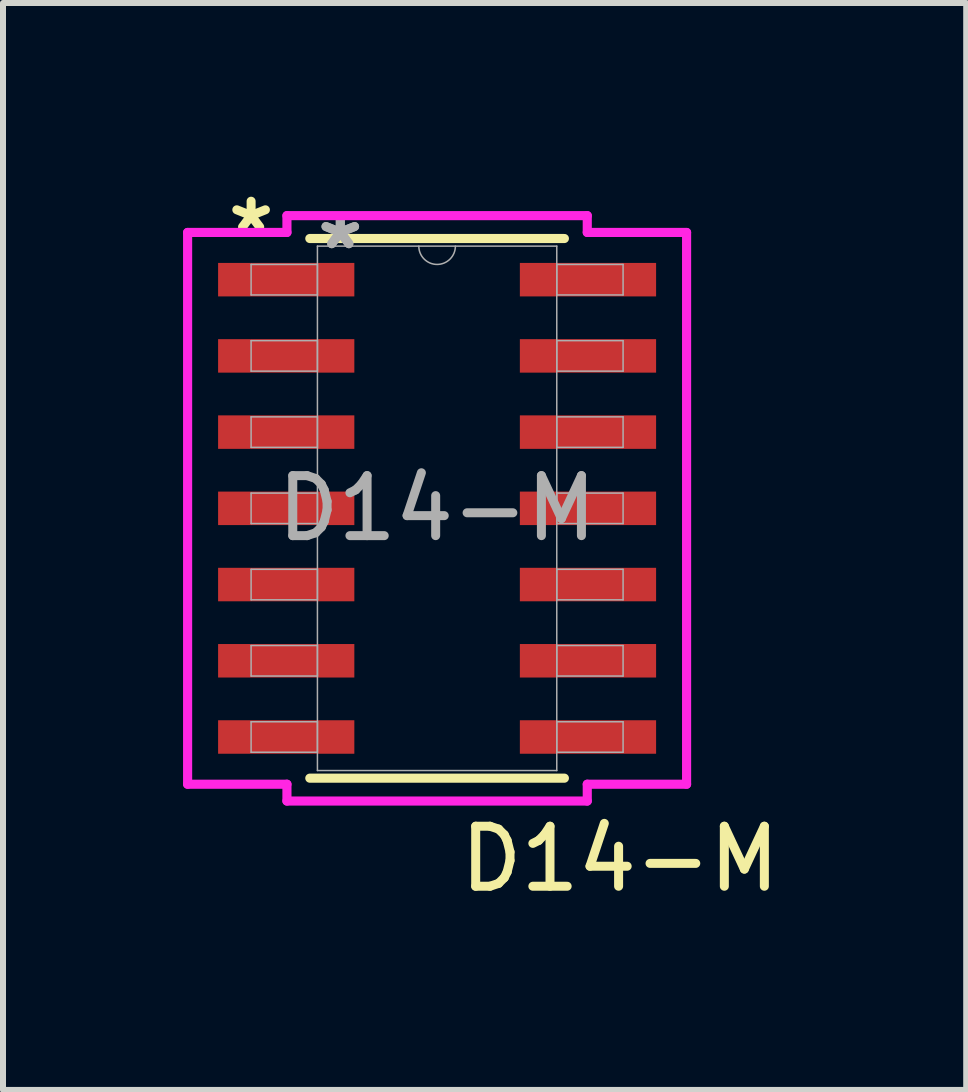
<source format=kicad_pcb>
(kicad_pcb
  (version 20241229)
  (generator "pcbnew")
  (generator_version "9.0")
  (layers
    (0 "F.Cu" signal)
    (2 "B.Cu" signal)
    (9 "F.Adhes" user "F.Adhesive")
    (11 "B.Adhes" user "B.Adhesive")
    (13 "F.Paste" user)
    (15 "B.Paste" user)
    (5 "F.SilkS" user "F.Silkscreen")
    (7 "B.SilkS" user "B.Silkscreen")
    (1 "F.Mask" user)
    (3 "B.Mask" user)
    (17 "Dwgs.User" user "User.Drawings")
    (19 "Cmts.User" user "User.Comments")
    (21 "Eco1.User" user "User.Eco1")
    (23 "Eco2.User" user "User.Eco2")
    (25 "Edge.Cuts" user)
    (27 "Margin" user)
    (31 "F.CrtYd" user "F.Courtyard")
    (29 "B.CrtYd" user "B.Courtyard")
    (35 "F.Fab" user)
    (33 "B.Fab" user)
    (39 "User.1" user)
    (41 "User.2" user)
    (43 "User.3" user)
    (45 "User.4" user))
  (footprint "D14-M"
    (layer "F.Cu")
    (at 4.233 5.42)
    (property "Reference" "D14-M" (at 3.048 5.842 0) (unlocked yes) (layer "F.SilkS") (effects (font (size 1 1) (thickness 0.15))))
    (attr smd allow_soldermask_bridges)
    (fp_line (start -2.121 4.496) (end 2.121 4.496) (stroke (width 0.152) (type solid)) (layer "F.SilkS"))
    (fp_line (start 2.121 -4.496) (end -2.121 -4.496) (stroke (width 0.152) (type solid)) (layer "F.SilkS"))
    (fp_line (start -4.157 -4.597) (end -2.502 -4.597) (stroke (width 0.152) (type solid)) (layer "F.CrtYd"))
    (fp_line (start -4.157 4.597) (end -4.157 -4.597) (stroke (width 0.152) (type solid)) (layer "F.CrtYd"))
    (fp_line (start -4.157 4.597) (end -2.502 4.597) (stroke (width 0.152) (type solid)) (layer "F.CrtYd"))
    (fp_line (start -2.502 -4.877) (end 2.502 -4.877) (stroke (width 0.152) (type solid)) (layer "F.CrtYd"))
    (fp_line (start -2.502 -4.597) (end -2.502 -4.877) (stroke (width 0.152) (type solid)) (layer "F.CrtYd"))
    (fp_line (start -2.502 4.877) (end -2.502 4.597) (stroke (width 0.152) (type solid)) (layer "F.CrtYd"))
    (fp_line (start 2.502 -4.877) (end 2.502 -4.597) (stroke (width 0.152) (type solid)) (layer "F.CrtYd"))
    (fp_line (start 2.502 4.597) (end 2.502 4.877) (stroke (width 0.152) (type solid)) (layer "F.CrtYd"))
    (fp_line (start 2.502 4.877) (end -2.502 4.877) (stroke (width 0.152) (type solid)) (layer "F.CrtYd"))
    (fp_line (start 4.157 -4.597) (end 2.502 -4.597) (stroke (width 0.152) (type solid)) (layer "F.CrtYd"))
    (fp_line (start 4.157 -4.597) (end 4.157 4.597) (stroke (width 0.152) (type solid)) (layer "F.CrtYd"))
    (fp_line (start 4.157 4.597) (end 2.502 4.597) (stroke (width 0.152) (type solid)) (layer "F.CrtYd"))
    (fp_line (start -3.099 -4.064) (end -3.099 -3.556) (stroke (width 0.025) (type solid)) (layer "F.Fab"))
    (fp_line (start -3.099 -3.556) (end -1.994 -3.556) (stroke (width 0.025) (type solid)) (layer "F.Fab"))
    (fp_line (start -3.099 -2.794) (end -3.099 -2.286) (stroke (width 0.025) (type solid)) (layer "F.Fab"))
    (fp_line (start -3.099 -2.286) (end -1.994 -2.286) (stroke (width 0.025) (type solid)) (layer "F.Fab"))
    (fp_line (start -3.099 -1.524) (end -3.099 -1.016) (stroke (width 0.025) (type solid)) (layer "F.Fab"))
    (fp_line (start -3.099 -1.016) (end -1.994 -1.016) (stroke (width 0.025) (type solid)) (layer "F.Fab"))
    (fp_line (start -3.099 -0.254) (end -3.099 0.254) (stroke (width 0.025) (type solid)) (layer "F.Fab"))
    (fp_line (start -3.099 0.254) (end -1.994 0.254) (stroke (width 0.025) (type solid)) (layer "F.Fab"))
    (fp_line (start -3.099 1.016) (end -3.099 1.524) (stroke (width 0.025) (type solid)) (layer "F.Fab"))
    (fp_line (start -3.099 1.524) (end -1.994 1.524) (stroke (width 0.025) (type solid)) (layer "F.Fab"))
    (fp_line (start -3.099 2.286) (end -3.099 2.794) (stroke (width 0.025) (type solid)) (layer "F.Fab"))
    (fp_line (start -3.099 2.794) (end -1.994 2.794) (stroke (width 0.025) (type solid)) (layer "F.Fab"))
    (fp_line (start -3.099 3.556) (end -3.099 4.064) (stroke (width 0.025) (type solid)) (layer "F.Fab"))
    (fp_line (start -3.099 4.064) (end -1.994 4.064) (stroke (width 0.025) (type solid)) (layer "F.Fab"))
    (fp_line (start -1.994 -4.369) (end -1.994 4.369) (stroke (width 0.025) (type solid)) (layer "F.Fab"))
    (fp_line (start -1.994 -4.064) (end -3.099 -4.064) (stroke (width 0.025) (type solid)) (layer "F.Fab"))
    (fp_line (start -1.994 -3.556) (end -1.994 -4.064) (stroke (width 0.025) (type solid)) (layer "F.Fab"))
    (fp_line (start -1.994 -2.794) (end -3.099 -2.794) (stroke (width 0.025) (type solid)) (layer "F.Fab"))
    (fp_line (start -1.994 -2.286) (end -1.994 -2.794) (stroke (width 0.025) (type solid)) (layer "F.Fab"))
    (fp_line (start -1.994 -1.524) (end -3.099 -1.524) (stroke (width 0.025) (type solid)) (layer "F.Fab"))
    (fp_line (start -1.994 -1.016) (end -1.994 -1.524) (stroke (width 0.025) (type solid)) (layer "F.Fab"))
    (fp_line (start -1.994 -0.254) (end -3.099 -0.254) (stroke (width 0.025) (type solid)) (layer "F.Fab"))
    (fp_line (start -1.994 0.254) (end -1.994 -0.254) (stroke (width 0.025) (type solid)) (layer "F.Fab"))
    (fp_line (start -1.994 1.016) (end -3.099 1.016) (stroke (width 0.025) (type solid)) (layer "F.Fab"))
    (fp_line (start -1.994 1.524) (end -1.994 1.016) (stroke (width 0.025) (type solid)) (layer "F.Fab"))
    (fp_line (start -1.994 2.286) (end -3.099 2.286) (stroke (width 0.025) (type solid)) (layer "F.Fab"))
    (fp_line (start -1.994 2.794) (end -1.994 2.286) (stroke (width 0.025) (type solid)) (layer "F.Fab"))
    (fp_line (start -1.994 3.556) (end -3.099 3.556) (stroke (width 0.025) (type solid)) (layer "F.Fab"))
    (fp_line (start -1.994 4.064) (end -1.994 3.556) (stroke (width 0.025) (type solid)) (layer "F.Fab"))
    (fp_line (start -1.994 4.369) (end 1.994 4.369) (stroke (width 0.025) (type solid)) (layer "F.Fab"))
    (fp_line (start 1.994 -4.369) (end -1.994 -4.369) (stroke (width 0.025) (type solid)) (layer "F.Fab"))
    (fp_line (start 1.994 -4.064) (end 1.994 -3.556) (stroke (width 0.025) (type solid)) (layer "F.Fab"))
    (fp_line (start 1.994 -3.556) (end 3.099 -3.556) (stroke (width 0.025) (type solid)) (layer "F.Fab"))
    (fp_line (start 1.994 -2.794) (end 1.994 -2.286) (stroke (width 0.025) (type solid)) (layer "F.Fab"))
    (fp_line (start 1.994 -2.286) (end 3.099 -2.286) (stroke (width 0.025) (type solid)) (layer "F.Fab"))
    (fp_line (start 1.994 -1.524) (end 1.994 -1.016) (stroke (width 0.025) (type solid)) (layer "F.Fab"))
    (fp_line (start 1.994 -1.016) (end 3.099 -1.016) (stroke (width 0.025) (type solid)) (layer "F.Fab"))
    (fp_line (start 1.994 -0.254) (end 1.994 0.254) (stroke (width 0.025) (type solid)) (layer "F.Fab"))
    (fp_line (start 1.994 0.254) (end 3.099 0.254) (stroke (width 0.025) (type solid)) (layer "F.Fab"))
    (fp_line (start 1.994 1.016) (end 1.994 1.524) (stroke (width 0.025) (type solid)) (layer "F.Fab"))
    (fp_line (start 1.994 1.524) (end 3.099 1.524) (stroke (width 0.025) (type solid)) (layer "F.Fab"))
    (fp_line (start 1.994 2.286) (end 1.994 2.794) (stroke (width 0.025) (type solid)) (layer "F.Fab"))
    (fp_line (start 1.994 2.794) (end 3.099 2.794) (stroke (width 0.025) (type solid)) (layer "F.Fab"))
    (fp_line (start 1.994 3.556) (end 1.994 4.064) (stroke (width 0.025) (type solid)) (layer "F.Fab"))
    (fp_line (start 1.994 4.064) (end 3.099 4.064) (stroke (width 0.025) (type solid)) (layer "F.Fab"))
    (fp_line (start 1.994 4.369) (end 1.994 -4.369) (stroke (width 0.025) (type solid)) (layer "F.Fab"))
    (fp_line (start 3.099 -4.064) (end 1.994 -4.064) (stroke (width 0.025) (type solid)) (layer "F.Fab"))
    (fp_line (start 3.099 -3.556) (end 3.099 -4.064) (stroke (width 0.025) (type solid)) (layer "F.Fab"))
    (fp_line (start 3.099 -2.794) (end 1.994 -2.794) (stroke (width 0.025) (type solid)) (layer "F.Fab"))
    (fp_line (start 3.099 -2.286) (end 3.099 -2.794) (stroke (width 0.025) (type solid)) (layer "F.Fab"))
    (fp_line (start 3.099 -1.524) (end 1.994 -1.524) (stroke (width 0.025) (type solid)) (layer "F.Fab"))
    (fp_line (start 3.099 -1.016) (end 3.099 -1.524) (stroke (width 0.025) (type solid)) (layer "F.Fab"))
    (fp_line (start 3.099 -0.254) (end 1.994 -0.254) (stroke (width 0.025) (type solid)) (layer "F.Fab"))
    (fp_line (start 3.099 0.254) (end 3.099 -0.254) (stroke (width 0.025) (type solid)) (layer "F.Fab"))
    (fp_line (start 3.099 1.016) (end 1.994 1.016) (stroke (width 0.025) (type solid)) (layer "F.Fab"))
    (fp_line (start 3.099 1.524) (end 3.099 1.016) (stroke (width 0.025) (type solid)) (layer "F.Fab"))
    (fp_line (start 3.099 2.286) (end 1.994 2.286) (stroke (width 0.025) (type solid)) (layer "F.Fab"))
    (fp_line (start 3.099 2.794) (end 3.099 2.286) (stroke (width 0.025) (type solid)) (layer "F.Fab"))
    (fp_line (start 3.099 3.556) (end 1.994 3.556) (stroke (width 0.025) (type solid)) (layer "F.Fab"))
    (fp_line (start 3.099 4.064) (end 3.099 3.556) (stroke (width 0.025) (type solid)) (layer "F.Fab"))
    (fp_arc (start 0.3048 -4.3688) (mid 0 -4.064) (end -0.3048 -4.3688) (stroke (width 0.0254) (type solid)) (layer "F.Fab"))
    (fp_text user "*" (at -3.099 -4.572 0) (layer "F.SilkS") (effects (font (size 1 1) (thickness 0.15))))
    (fp_text user "${REFERENCE}" (at 0 0 0) (unlocked yes) (layer "F.Fab") (effects (font (size 1 1) (thickness 0.15))))
    (fp_text user "*" (at -1.613 -4.293 0) (layer "F.Fab") (effects (font (size 1 1) (thickness 0.15))))
    (fp_text user "*" (at -1.613 -4.293 0) (unlocked yes) (layer "F.Fab") (effects (font (size 1 1) (thickness 0.15))))
    (pad "1" smd rect (at -2.514 -3.81) (size 2.27 0.558) (layers "F.Cu" "F.Mask" "F.Paste"))
    (pad "2" smd rect (at -2.514 -2.54) (size 2.27 0.558) (layers "F.Cu" "F.Mask" "F.Paste"))
    (pad "3" smd rect (at -2.514 -1.27) (size 2.27 0.558) (layers "F.Cu" "F.Mask" "F.Paste"))
    (pad "4" smd rect (at -2.514 0) (size 2.27 0.558) (layers "F.Cu" "F.Mask" "F.Paste"))
    (pad "5" smd rect (at -2.514 1.27) (size 2.27 0.558) (layers "F.Cu" "F.Mask" "F.Paste"))
    (pad "6" smd rect (at -2.514 2.54) (size 2.27 0.558) (layers "F.Cu" "F.Mask" "F.Paste"))
    (pad "7" smd rect (at -2.514 3.81) (size 2.27 0.558) (layers "F.Cu" "F.Mask" "F.Paste"))
    (pad "8" smd rect (at 2.514 3.81) (size 2.27 0.558) (layers "F.Cu" "F.Mask" "F.Paste"))
    (pad "9" smd rect (at 2.514 2.54) (size 2.27 0.558) (layers "F.Cu" "F.Mask" "F.Paste"))
    (pad "10" smd rect (at 2.514 1.27) (size 2.27 0.558) (layers "F.Cu" "F.Mask" "F.Paste"))
    (pad "11" smd rect (at 2.514 0) (size 2.27 0.558) (layers "F.Cu" "F.Mask" "F.Paste"))
    (pad "12" smd rect (at 2.514 -1.27) (size 2.27 0.558) (layers "F.Cu" "F.Mask" "F.Paste"))
    (pad "13" smd rect (at 2.514 -2.54) (size 2.27 0.558) (layers "F.Cu" "F.Mask" "F.Paste"))
    (pad "14" smd rect (at 2.514 -3.81) (size 2.27 0.558) (layers "F.Cu" "F.Mask" "F.Paste")))
  (gr_rect
    (start -3 -3)
    (end 13.049 15.111)
    (stroke (width 0.1) (type default))
    (fill no)
    (layer "Edge.Cuts")))
</source>
